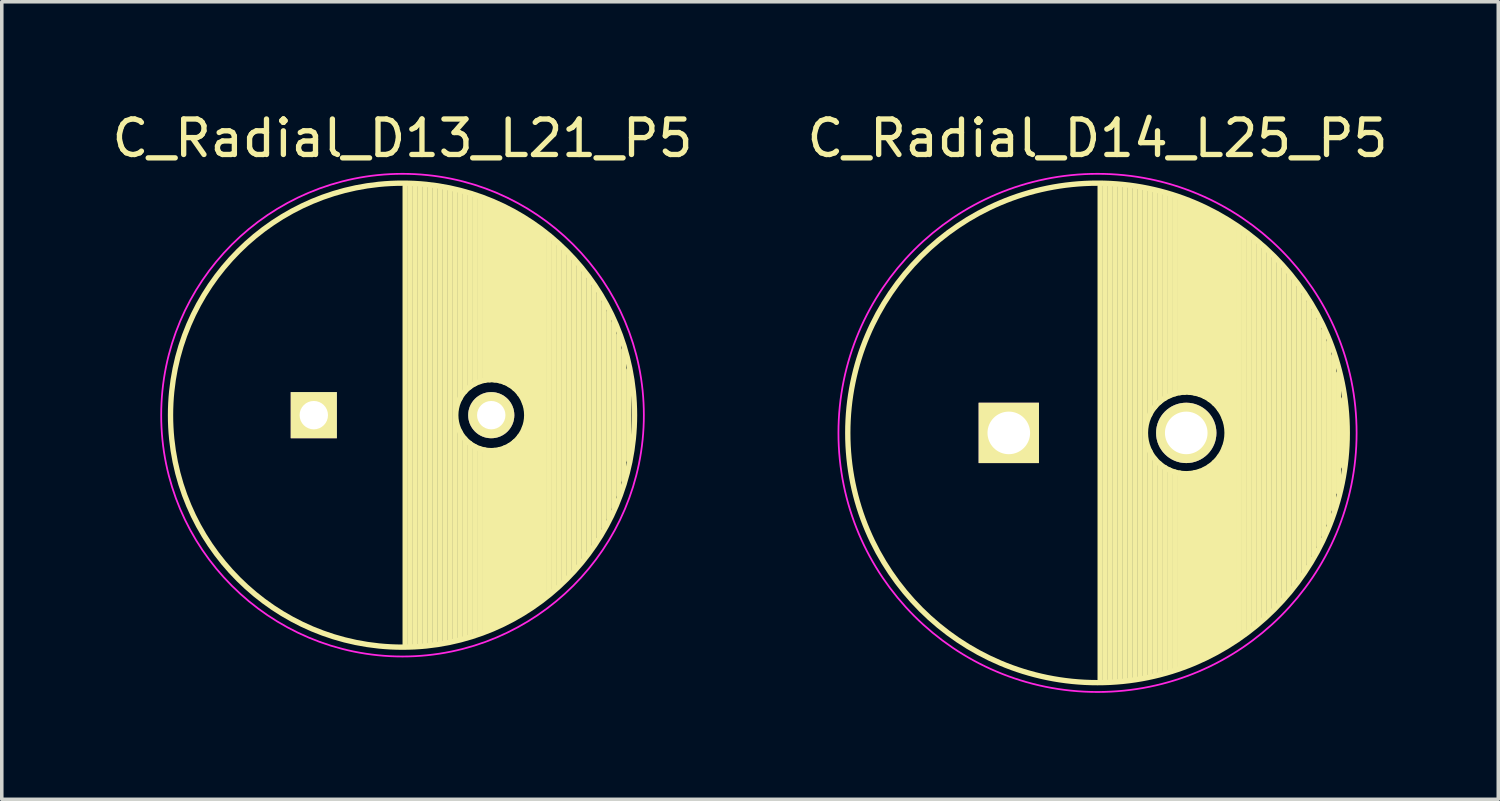
<source format=kicad_pcb>
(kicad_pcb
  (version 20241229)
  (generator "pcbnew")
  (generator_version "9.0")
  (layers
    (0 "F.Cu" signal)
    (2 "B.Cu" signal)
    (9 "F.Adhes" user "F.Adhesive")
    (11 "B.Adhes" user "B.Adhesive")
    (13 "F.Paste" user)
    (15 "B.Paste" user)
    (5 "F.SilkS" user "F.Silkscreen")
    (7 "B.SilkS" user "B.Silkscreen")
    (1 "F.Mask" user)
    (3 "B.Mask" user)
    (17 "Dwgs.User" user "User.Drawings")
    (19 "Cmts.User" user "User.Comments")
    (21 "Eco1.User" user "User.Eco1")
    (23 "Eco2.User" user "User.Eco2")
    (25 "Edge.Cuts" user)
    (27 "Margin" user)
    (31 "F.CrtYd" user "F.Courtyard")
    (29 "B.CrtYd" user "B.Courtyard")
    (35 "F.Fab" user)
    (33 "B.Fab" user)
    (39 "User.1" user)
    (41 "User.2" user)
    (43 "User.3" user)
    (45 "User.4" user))
  (footprint "C_Radial_D14_L25_P5"
    (layer "F.Cu")
    (at 25.375 9.148)
    (property "Reference" "C_Radial_D14_L25_P5" (at 2.5 -8.3 0) (layer "F.SilkS") (effects (font (size 1 1) (thickness 0.15))))
    (attr through_hole)
    (fp_line (start 2.575 -7) (end 2.575 7) (stroke (width 0.15) (type solid)) (layer "F.SilkS"))
    (fp_line (start 2.715 -6.997) (end 2.715 6.997) (stroke (width 0.15) (type solid)) (layer "F.SilkS"))
    (fp_line (start 2.855 -6.991) (end 2.855 6.991) (stroke (width 0.15) (type solid)) (layer "F.SilkS"))
    (fp_line (start 2.995 -6.982) (end 2.995 6.982) (stroke (width 0.15) (type solid)) (layer "F.SilkS"))
    (fp_line (start 3.135 -6.971) (end 3.135 6.971) (stroke (width 0.15) (type solid)) (layer "F.SilkS"))
    (fp_line (start 3.275 -6.957) (end 3.275 6.957) (stroke (width 0.15) (type solid)) (layer "F.SilkS"))
    (fp_line (start 3.415 -6.94) (end 3.415 6.94) (stroke (width 0.15) (type solid)) (layer "F.SilkS"))
    (fp_line (start 3.555 -6.92) (end 3.555 6.92) (stroke (width 0.15) (type solid)) (layer "F.SilkS"))
    (fp_line (start 3.695 -6.897) (end 3.695 6.897) (stroke (width 0.15) (type solid)) (layer "F.SilkS"))
    (fp_line (start 3.835 -6.872) (end 3.835 6.872) (stroke (width 0.15) (type solid)) (layer "F.SilkS"))
    (fp_line (start 3.975 -6.843) (end 3.975 -0.521) (stroke (width 0.15) (type solid)) (layer "F.SilkS"))
    (fp_line (start 3.975 0.521) (end 3.975 6.843) (stroke (width 0.15) (type solid)) (layer "F.SilkS"))
    (fp_line (start 4.115 -6.811) (end 4.115 -0.734) (stroke (width 0.15) (type solid)) (layer "F.SilkS"))
    (fp_line (start 4.115 0.734) (end 4.115 6.811) (stroke (width 0.15) (type solid)) (layer "F.SilkS"))
    (fp_line (start 4.255 -6.776) (end 4.255 -0.876) (stroke (width 0.15) (type solid)) (layer "F.SilkS"))
    (fp_line (start 4.255 0.876) (end 4.255 6.776) (stroke (width 0.15) (type solid)) (layer "F.SilkS"))
    (fp_line (start 4.395 -6.739) (end 4.395 -0.978) (stroke (width 0.15) (type solid)) (layer "F.SilkS"))
    (fp_line (start 4.395 0.978) (end 4.395 6.739) (stroke (width 0.15) (type solid)) (layer "F.SilkS"))
    (fp_line (start 4.535 -6.698) (end 4.535 -1.052) (stroke (width 0.15) (type solid)) (layer "F.SilkS"))
    (fp_line (start 4.535 1.052) (end 4.535 6.698) (stroke (width 0.15) (type solid)) (layer "F.SilkS"))
    (fp_line (start 4.675 -6.654) (end 4.675 -1.103) (stroke (width 0.15) (type solid)) (layer "F.SilkS"))
    (fp_line (start 4.675 1.103) (end 4.675 6.654) (stroke (width 0.15) (type solid)) (layer "F.SilkS"))
    (fp_line (start 4.815 -6.606) (end 4.815 -1.135) (stroke (width 0.15) (type solid)) (layer "F.SilkS"))
    (fp_line (start 4.815 1.135) (end 4.815 6.606) (stroke (width 0.15) (type solid)) (layer "F.SilkS"))
    (fp_line (start 4.955 -6.555) (end 4.955 -1.149) (stroke (width 0.15) (type solid)) (layer "F.SilkS"))
    (fp_line (start 4.955 1.149) (end 4.955 6.555) (stroke (width 0.15) (type solid)) (layer "F.SilkS"))
    (fp_line (start 5.095 -6.501) (end 5.095 -1.146) (stroke (width 0.15) (type solid)) (layer "F.SilkS"))
    (fp_line (start 5.095 1.146) (end 5.095 6.501) (stroke (width 0.15) (type solid)) (layer "F.SilkS"))
    (fp_line (start 5.235 -6.444) (end 5.235 -1.126) (stroke (width 0.15) (type solid)) (layer "F.SilkS"))
    (fp_line (start 5.235 1.126) (end 5.235 6.444) (stroke (width 0.15) (type solid)) (layer "F.SilkS"))
    (fp_line (start 5.375 -6.382) (end 5.375 -1.087) (stroke (width 0.15) (type solid)) (layer "F.SilkS"))
    (fp_line (start 5.375 1.087) (end 5.375 6.382) (stroke (width 0.15) (type solid)) (layer "F.SilkS"))
    (fp_line (start 5.515 -6.317) (end 5.515 -1.028) (stroke (width 0.15) (type solid)) (layer "F.SilkS"))
    (fp_line (start 5.515 1.028) (end 5.515 6.317) (stroke (width 0.15) (type solid)) (layer "F.SilkS"))
    (fp_line (start 5.655 -6.249) (end 5.655 -0.945) (stroke (width 0.15) (type solid)) (layer "F.SilkS"))
    (fp_line (start 5.655 0.945) (end 5.655 6.249) (stroke (width 0.15) (type solid)) (layer "F.SilkS"))
    (fp_line (start 5.795 -6.176) (end 5.795 -0.831) (stroke (width 0.15) (type solid)) (layer "F.SilkS"))
    (fp_line (start 5.795 0.831) (end 5.795 6.176) (stroke (width 0.15) (type solid)) (layer "F.SilkS"))
    (fp_line (start 5.935 -6.099) (end 5.935 -0.67) (stroke (width 0.15) (type solid)) (layer "F.SilkS"))
    (fp_line (start 5.935 0.67) (end 5.935 6.099) (stroke (width 0.15) (type solid)) (layer "F.SilkS"))
    (fp_line (start 6.075 -6.018) (end 6.075 -0.409) (stroke (width 0.15) (type solid)) (layer "F.SilkS"))
    (fp_line (start 6.075 0.409) (end 6.075 6.018) (stroke (width 0.15) (type solid)) (layer "F.SilkS"))
    (fp_line (start 6.215 -5.933) (end 6.215 5.933) (stroke (width 0.15) (type solid)) (layer "F.SilkS"))
    (fp_line (start 6.355 -5.843) (end 6.355 5.843) (stroke (width 0.15) (type solid)) (layer "F.SilkS"))
    (fp_line (start 6.495 -5.748) (end 6.495 5.748) (stroke (width 0.15) (type solid)) (layer "F.SilkS"))
    (fp_line (start 6.635 -5.648) (end 6.635 5.648) (stroke (width 0.15) (type solid)) (layer "F.SilkS"))
    (fp_line (start 6.775 -5.543) (end 6.775 5.543) (stroke (width 0.15) (type solid)) (layer "F.SilkS"))
    (fp_line (start 6.915 -5.432) (end 6.915 5.432) (stroke (width 0.15) (type solid)) (layer "F.SilkS"))
    (fp_line (start 7.055 -5.315) (end 7.055 5.315) (stroke (width 0.15) (type solid)) (layer "F.SilkS"))
    (fp_line (start 7.195 -5.192) (end 7.195 5.192) (stroke (width 0.15) (type solid)) (layer "F.SilkS"))
    (fp_line (start 7.335 -5.062) (end 7.335 5.062) (stroke (width 0.15) (type solid)) (layer "F.SilkS"))
    (fp_line (start 7.475 -4.924) (end 7.475 4.924) (stroke (width 0.15) (type solid)) (layer "F.SilkS"))
    (fp_line (start 7.615 -4.779) (end 7.615 4.779) (stroke (width 0.15) (type solid)) (layer "F.SilkS"))
    (fp_line (start 7.755 -4.624) (end 7.755 4.624) (stroke (width 0.15) (type solid)) (layer "F.SilkS"))
    (fp_line (start 7.895 -4.46) (end 7.895 4.46) (stroke (width 0.15) (type solid)) (layer "F.SilkS"))
    (fp_line (start 8.035 -4.285) (end 8.035 4.285) (stroke (width 0.15) (type solid)) (layer "F.SilkS"))
    (fp_line (start 8.175 -4.098) (end 8.175 4.098) (stroke (width 0.15) (type solid)) (layer "F.SilkS"))
    (fp_line (start 8.315 -3.897) (end 8.315 3.897) (stroke (width 0.15) (type solid)) (layer "F.SilkS"))
    (fp_line (start 8.455 -3.679) (end 8.455 3.679) (stroke (width 0.15) (type solid)) (layer "F.SilkS"))
    (fp_line (start 8.595 -3.443) (end 8.595 3.443) (stroke (width 0.15) (type solid)) (layer "F.SilkS"))
    (fp_line (start 8.735 -3.182) (end 8.735 3.182) (stroke (width 0.15) (type solid)) (layer "F.SilkS"))
    (fp_line (start 8.875 -2.891) (end 8.875 2.891) (stroke (width 0.15) (type solid)) (layer "F.SilkS"))
    (fp_line (start 9.015 -2.56) (end 9.015 2.56) (stroke (width 0.15) (type solid)) (layer "F.SilkS"))
    (fp_line (start 9.155 -2.17) (end 9.155 2.17) (stroke (width 0.15) (type solid)) (layer "F.SilkS"))
    (fp_line (start 9.295 -1.682) (end 9.295 1.682) (stroke (width 0.15) (type solid)) (layer "F.SilkS"))
    (fp_line (start 9.435 -0.952) (end 9.435 0.952) (stroke (width 0.15) (type solid)) (layer "F.SilkS"))
    (fp_circle (center 2.5 0) (end 2.5 -7.037) (stroke (width 0.15) (type solid)) (fill no) (layer "F.SilkS"))
    (fp_circle (center 5 0) (end 5 -1.15) (stroke (width 0.15) (type solid)) (fill no) (layer "F.SilkS"))
    (fp_circle (center 2.5 0) (end 2.5 -7.3) (stroke (width 0.05) (type solid)) (fill no) (layer "F.CrtYd"))
    (pad "1" thru_hole rect (at 0 0) (size 1.7 1.7) (drill 1.2) (layers "*.Cu" "*.Mask" "F.SilkS"))
    (pad "2" thru_hole circle (at 5 0) (size 1.7 1.7) (drill 1.2) (layers "*.Cu" "*.Mask" "F.SilkS")))
  (footprint "C_Radial_D13_L21_P5"
    (layer "F.Cu")
    (at 5.792 8.648)
    (property "Reference" "C_Radial_D13_L21_P5" (at 2.5 -7.8 0) (layer "F.SilkS") (effects (font (size 1 1) (thickness 0.15))))
    (attr through_hole)
    (fp_line (start 2.575 -6.5) (end 2.575 6.5) (stroke (width 0.15) (type solid)) (layer "F.SilkS"))
    (fp_line (start 2.715 -6.496) (end 2.715 6.496) (stroke (width 0.15) (type solid)) (layer "F.SilkS"))
    (fp_line (start 2.855 -6.49) (end 2.855 6.49) (stroke (width 0.15) (type solid)) (layer "F.SilkS"))
    (fp_line (start 2.995 -6.481) (end 2.995 6.481) (stroke (width 0.15) (type solid)) (layer "F.SilkS"))
    (fp_line (start 3.135 -6.469) (end 3.135 6.469) (stroke (width 0.15) (type solid)) (layer "F.SilkS"))
    (fp_line (start 3.275 -6.454) (end 3.275 6.454) (stroke (width 0.15) (type solid)) (layer "F.SilkS"))
    (fp_line (start 3.415 -6.435) (end 3.415 6.435) (stroke (width 0.15) (type solid)) (layer "F.SilkS"))
    (fp_line (start 3.555 -6.414) (end 3.555 6.414) (stroke (width 0.15) (type solid)) (layer "F.SilkS"))
    (fp_line (start 3.695 -6.389) (end 3.695 6.389) (stroke (width 0.15) (type solid)) (layer "F.SilkS"))
    (fp_line (start 3.835 -6.361) (end 3.835 6.361) (stroke (width 0.15) (type solid)) (layer "F.SilkS"))
    (fp_line (start 3.975 -6.33) (end 3.975 6.33) (stroke (width 0.15) (type solid)) (layer "F.SilkS"))
    (fp_line (start 4.115 -6.296) (end 4.115 -0.466) (stroke (width 0.15) (type solid)) (layer "F.SilkS"))
    (fp_line (start 4.115 0.466) (end 4.115 6.296) (stroke (width 0.15) (type solid)) (layer "F.SilkS"))
    (fp_line (start 4.255 -6.259) (end 4.255 -0.667) (stroke (width 0.15) (type solid)) (layer "F.SilkS"))
    (fp_line (start 4.255 0.667) (end 4.255 6.259) (stroke (width 0.15) (type solid)) (layer "F.SilkS"))
    (fp_line (start 4.395 -6.218) (end 4.395 -0.796) (stroke (width 0.15) (type solid)) (layer "F.SilkS"))
    (fp_line (start 4.395 0.796) (end 4.395 6.218) (stroke (width 0.15) (type solid)) (layer "F.SilkS"))
    (fp_line (start 4.535 -6.173) (end 4.535 -0.885) (stroke (width 0.15) (type solid)) (layer "F.SilkS"))
    (fp_line (start 4.535 0.885) (end 4.535 6.173) (stroke (width 0.15) (type solid)) (layer "F.SilkS"))
    (fp_line (start 4.675 -6.125) (end 4.675 -0.946) (stroke (width 0.15) (type solid)) (layer "F.SilkS"))
    (fp_line (start 4.675 0.946) (end 4.675 6.125) (stroke (width 0.15) (type solid)) (layer "F.SilkS"))
    (fp_line (start 4.815 -6.074) (end 4.815 -0.983) (stroke (width 0.15) (type solid)) (layer "F.SilkS"))
    (fp_line (start 4.815 0.983) (end 4.815 6.074) (stroke (width 0.15) (type solid)) (layer "F.SilkS"))
    (fp_line (start 4.955 -6.019) (end 4.955 -0.999) (stroke (width 0.15) (type solid)) (layer "F.SilkS"))
    (fp_line (start 4.955 0.999) (end 4.955 6.019) (stroke (width 0.15) (type solid)) (layer "F.SilkS"))
    (fp_line (start 5.095 -5.96) (end 5.095 -0.995) (stroke (width 0.15) (type solid)) (layer "F.SilkS"))
    (fp_line (start 5.095 0.995) (end 5.095 5.96) (stroke (width 0.15) (type solid)) (layer "F.SilkS"))
    (fp_line (start 5.235 -5.897) (end 5.235 -0.972) (stroke (width 0.15) (type solid)) (layer "F.SilkS"))
    (fp_line (start 5.235 0.972) (end 5.235 5.897) (stroke (width 0.15) (type solid)) (layer "F.SilkS"))
    (fp_line (start 5.375 -5.83) (end 5.375 -0.927) (stroke (width 0.15) (type solid)) (layer "F.SilkS"))
    (fp_line (start 5.375 0.927) (end 5.375 5.83) (stroke (width 0.15) (type solid)) (layer "F.SilkS"))
    (fp_line (start 5.515 -5.758) (end 5.515 -0.857) (stroke (width 0.15) (type solid)) (layer "F.SilkS"))
    (fp_line (start 5.515 0.857) (end 5.515 5.758) (stroke (width 0.15) (type solid)) (layer "F.SilkS"))
    (fp_line (start 5.655 -5.683) (end 5.655 -0.756) (stroke (width 0.15) (type solid)) (layer "F.SilkS"))
    (fp_line (start 5.655 0.756) (end 5.655 5.683) (stroke (width 0.15) (type solid)) (layer "F.SilkS"))
    (fp_line (start 5.795 -5.603) (end 5.795 -0.607) (stroke (width 0.15) (type solid)) (layer "F.SilkS"))
    (fp_line (start 5.795 0.607) (end 5.795 5.603) (stroke (width 0.15) (type solid)) (layer "F.SilkS"))
    (fp_line (start 5.935 -5.518) (end 5.935 -0.355) (stroke (width 0.15) (type solid)) (layer "F.SilkS"))
    (fp_line (start 5.935 0.355) (end 5.935 5.518) (stroke (width 0.15) (type solid)) (layer "F.SilkS"))
    (fp_line (start 6.075 -5.429) (end 6.075 5.429) (stroke (width 0.15) (type solid)) (layer "F.SilkS"))
    (fp_line (start 6.215 -5.334) (end 6.215 5.334) (stroke (width 0.15) (type solid)) (layer "F.SilkS"))
    (fp_line (start 6.355 -5.233) (end 6.355 5.233) (stroke (width 0.15) (type solid)) (layer "F.SilkS"))
    (fp_line (start 6.495 -5.127) (end 6.495 5.127) (stroke (width 0.15) (type solid)) (layer "F.SilkS"))
    (fp_line (start 6.635 -5.015) (end 6.635 5.015) (stroke (width 0.15) (type solid)) (layer "F.SilkS"))
    (fp_line (start 6.775 -4.896) (end 6.775 4.896) (stroke (width 0.15) (type solid)) (layer "F.SilkS"))
    (fp_line (start 6.915 -4.771) (end 6.915 4.771) (stroke (width 0.15) (type solid)) (layer "F.SilkS"))
    (fp_line (start 7.055 -4.637) (end 7.055 4.637) (stroke (width 0.15) (type solid)) (layer "F.SilkS"))
    (fp_line (start 7.195 -4.495) (end 7.195 4.495) (stroke (width 0.15) (type solid)) (layer "F.SilkS"))
    (fp_line (start 7.335 -4.344) (end 7.335 4.344) (stroke (width 0.15) (type solid)) (layer "F.SilkS"))
    (fp_line (start 7.475 -4.183) (end 7.475 4.183) (stroke (width 0.15) (type solid)) (layer "F.SilkS"))
    (fp_line (start 7.615 -4.011) (end 7.615 4.011) (stroke (width 0.15) (type solid)) (layer "F.SilkS"))
    (fp_line (start 7.755 -3.826) (end 7.755 3.826) (stroke (width 0.15) (type solid)) (layer "F.SilkS"))
    (fp_line (start 7.895 -3.625) (end 7.895 3.625) (stroke (width 0.15) (type solid)) (layer "F.SilkS"))
    (fp_line (start 8.035 -3.408) (end 8.035 3.408) (stroke (width 0.15) (type solid)) (layer "F.SilkS"))
    (fp_line (start 8.175 -3.169) (end 8.175 3.169) (stroke (width 0.15) (type solid)) (layer "F.SilkS"))
    (fp_line (start 8.315 -2.904) (end 8.315 2.904) (stroke (width 0.15) (type solid)) (layer "F.SilkS"))
    (fp_line (start 8.455 -2.605) (end 8.455 2.605) (stroke (width 0.15) (type solid)) (layer "F.SilkS"))
    (fp_line (start 8.595 -2.259) (end 8.595 2.259) (stroke (width 0.15) (type solid)) (layer "F.SilkS"))
    (fp_line (start 8.735 -1.837) (end 8.735 1.837) (stroke (width 0.15) (type solid)) (layer "F.SilkS"))
    (fp_line (start 8.875 -1.269) (end 8.875 1.269) (stroke (width 0.15) (type solid)) (layer "F.SilkS"))
    (fp_circle (center 2.5 0) (end 2.5 -6.537) (stroke (width 0.15) (type solid)) (fill no) (layer "F.SilkS"))
    (fp_circle (center 5 0) (end 5 -1) (stroke (width 0.15) (type solid)) (fill no) (layer "F.SilkS"))
    (fp_circle (center 2.5 0) (end 2.5 -6.8) (stroke (width 0.05) (type solid)) (fill no) (layer "F.CrtYd"))
    (pad "1" thru_hole rect (at 0 0) (size 1.3 1.3) (drill 0.8) (layers "*.Cu" "*.Mask" "F.SilkS"))
    (pad "2" thru_hole circle (at 5 0) (size 1.3 1.3) (drill 0.8) (layers "*.Cu" "*.Mask" "F.SilkS")))
  (gr_rect
    (start -3 -3)
    (end 39.167 19.473)
    (stroke (width 0.1) (type default))
    (fill no)
    (layer "Edge.Cuts")))
</source>
